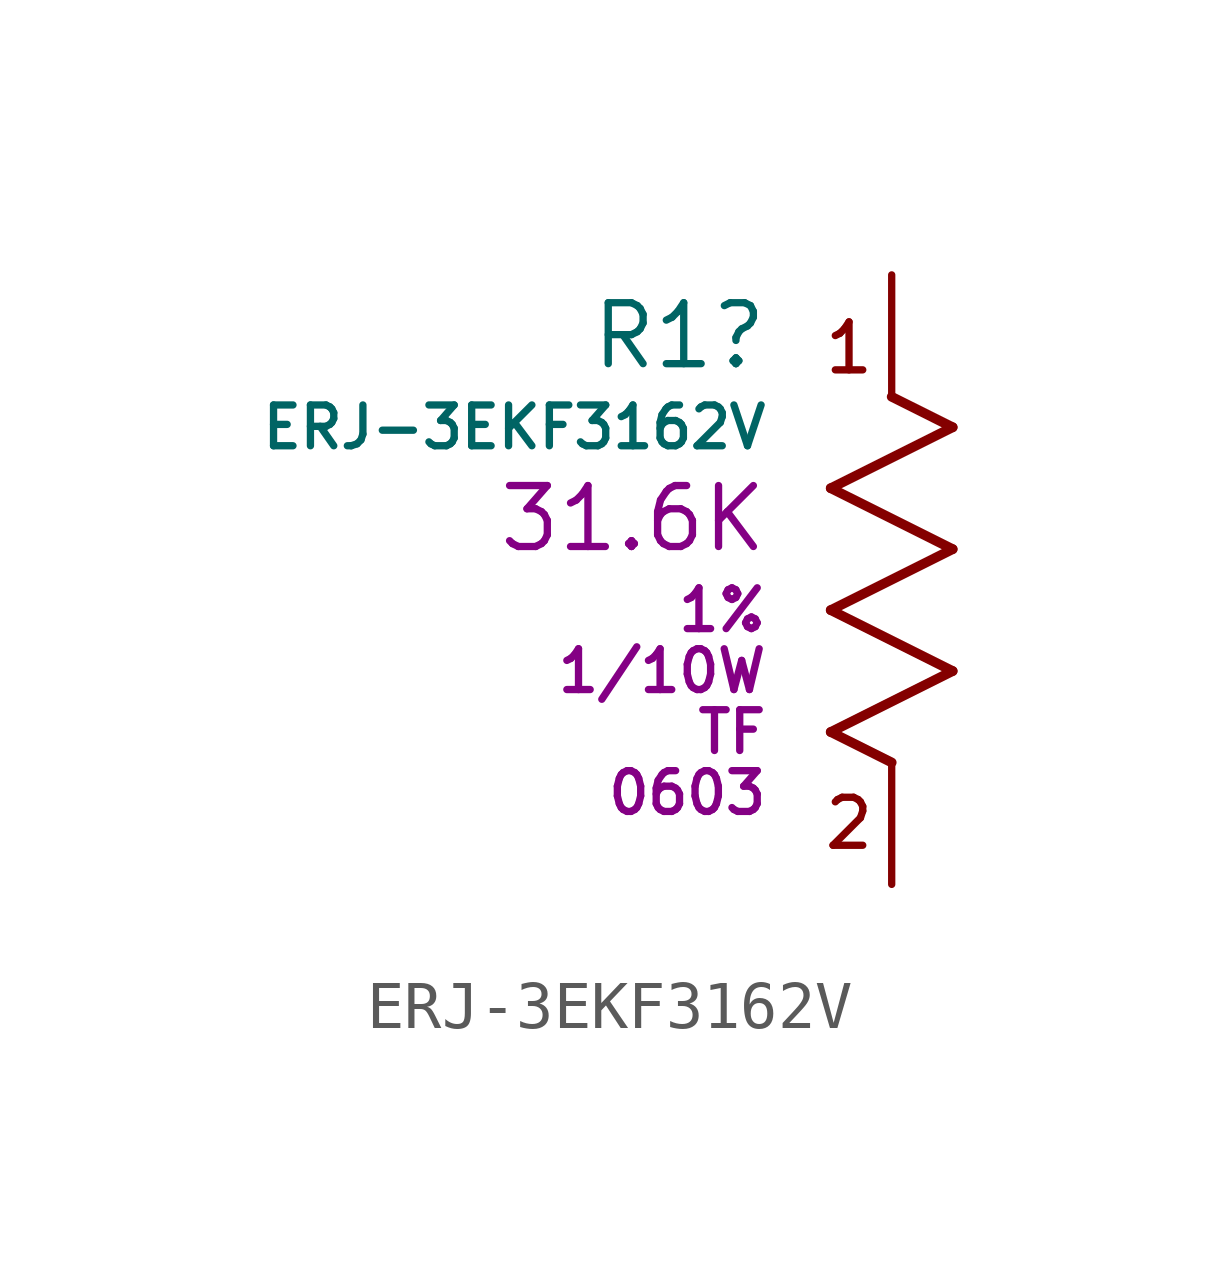
<source format=kicad_sym>
(kicad_symbol_lib
  (version 20211014)
  (generator kicad_symbol_editor)
  (symbol "ERJ-3EKF3162V"
    (pin_numbers hide)
    (pin_names
      (offset -2.54) hide)
    (property "Reference" "R1"
      (at -2.54 -1.27 0)
      (effects (font (size 1.27 1.27)) (justify right)))
    (property "Value" "ERJ-3EKF3162V"
      (at -2.54 -3.175 0)
      (effects (font (size 0.85 0.85)) (justify right)))
    (property "Resistance" "31.6K"
      (at -2.54 -5.08 0)
      (effects (font (size 1.27 1.27)) (justify right)))
    (property "Tolerance" "1%"
      (at -2.54 -6.985 0)
      (effects (font (size 0.85 0.85)) (justify right)))
    (property "Power Dissipation" "1/10W"
      (at -2.54 -8.255 0)
      (effects (font (size 0.85 0.85)) (justify right)))
    (property "Type" "TF"
      (at -2.54 -9.525 0)
      (effects (font (size 0.85 0.85)) (justify right)))
    (property "Size" "0603"
      (at -2.54 -10.795 0)
      (effects (font (size 0.85 0.85)) (justify right)))
    (symbol "ERJ-3EKF3162V_0_0"
      (text "1" (at -0.889 -1.524 0) (effects (font (size 1 1))))
      (text "2" (at -0.889 -11.43 0) (effects (font (size 1 1)))))
    (symbol "ERJ-3EKF3162V_1_1"
      (polyline (pts (xy -1.27 -9.525) (xy 1.27 -8.255)) (stroke (width 0.203) (type default) (color 0 0 0 0)) (fill (type none)))
      (polyline (pts (xy -1.27 -6.985) (xy 1.27 -5.715)) (stroke (width 0.203) (type default) (color 0 0 0 0)) (fill (type none)))
      (polyline (pts (xy -1.27 -4.445) (xy 1.27 -3.175)) (stroke (width 0.203) (type default) (color 0 0 0 0)) (fill (type none)))
      (polyline (pts (xy 0 -10.16) (xy -1.27 -9.525)) (stroke (width 0.203) (type default) (color 0 0 0 0)) (fill (type none)))
      (polyline (pts (xy 1.27 -8.255) (xy -1.27 -6.985)) (stroke (width 0.203) (type default) (color 0 0 0 0)) (fill (type none)))
      (polyline (pts (xy 1.27 -5.715) (xy -1.27 -4.445)) (stroke (width 0.203) (type default) (color 0 0 0 0)) (fill (type none)))
      (polyline (pts (xy 1.27 -3.175) (xy 0 -2.54)) (stroke (width 0.203) (type default) (color 0 0 0 0)) (fill (type none)))
      (pin passive line (at 0 0 270) (length 2.54) (name "1" (effects (font (size 1.27 1.27)))) (number "1" (effects (font (size 1.27 1.27)))))
      (pin passive line (at 0 -12.7 90) (length 2.54) (name "2" (effects (font (size 1.27 1.27)))) (number "2" (effects (font (size 1.27 1.27))))))))
</source>
